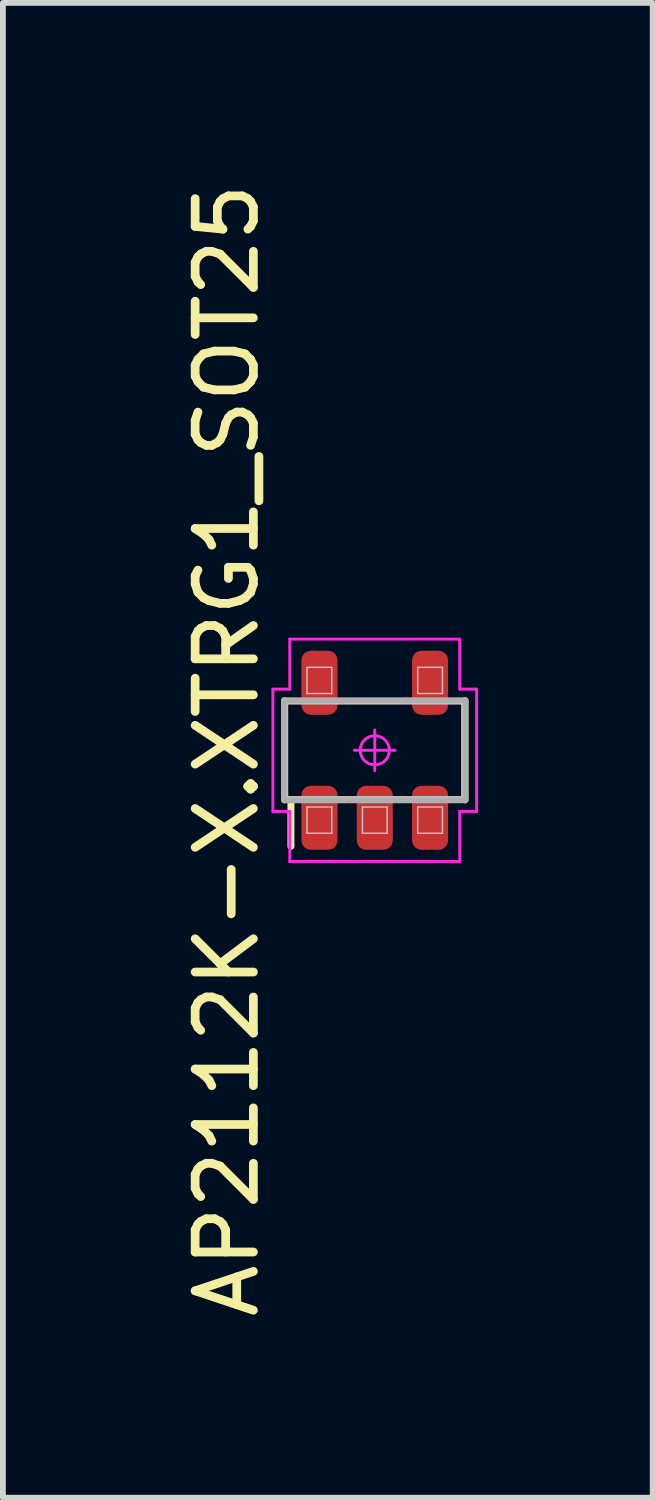
<source format=kicad_pcb>
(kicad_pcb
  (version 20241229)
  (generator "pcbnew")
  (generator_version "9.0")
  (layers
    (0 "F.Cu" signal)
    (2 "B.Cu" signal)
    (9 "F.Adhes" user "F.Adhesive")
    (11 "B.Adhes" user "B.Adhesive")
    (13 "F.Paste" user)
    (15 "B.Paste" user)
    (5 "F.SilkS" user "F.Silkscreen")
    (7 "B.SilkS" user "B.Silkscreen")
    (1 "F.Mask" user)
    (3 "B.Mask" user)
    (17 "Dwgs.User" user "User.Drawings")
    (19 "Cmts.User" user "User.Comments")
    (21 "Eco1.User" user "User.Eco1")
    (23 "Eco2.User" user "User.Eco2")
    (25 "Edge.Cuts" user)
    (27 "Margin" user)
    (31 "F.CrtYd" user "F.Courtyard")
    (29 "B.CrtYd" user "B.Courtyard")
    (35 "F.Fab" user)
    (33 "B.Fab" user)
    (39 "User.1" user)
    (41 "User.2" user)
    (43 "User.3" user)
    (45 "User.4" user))
  (footprint "AP2112K-X.XTRG1_SOT25"
    (layer "F.Cu")
    (at 3.388 9.839)
    (property "Reference" "AP2112K-X.XTRG1_SOT25" (at -2.54 0 90) (layer "F.SilkS") (effects (font (size 1 1) (thickness 0.15))))
    (attr smd)
    (fp_line (start -1.55 0.85) (end -1.55 -0.85) (stroke (width 0.12) (type solid)) (layer "F.SilkS"))
    (fp_line (start -1.44 0.85) (end -1.44 1.65) (stroke (width 0.12) (type solid)) (layer "F.SilkS"))
    (fp_line (start 1.55 0.85) (end 1.55 -0.85) (stroke (width 0.12) (type solid)) (layer "F.SilkS"))
    (fp_line (start -1.5 -0.8) (end 1.5 -0.8) (stroke (width 0.025) (type solid)) (layer "Dwgs.User"))
    (fp_line (start -1.5 0.8) (end -1.5 -0.8) (stroke (width 0.025) (type solid)) (layer "Dwgs.User"))
    (fp_line (start -1.163 -1.425) (end -0.738 -1.425) (stroke (width 0.025) (type solid)) (layer "Dwgs.User"))
    (fp_line (start -1.163 -0.975) (end -1.163 -1.425) (stroke (width 0.025) (type solid)) (layer "Dwgs.User"))
    (fp_line (start -1.163 0.975) (end -0.738 0.975) (stroke (width 0.025) (type solid)) (layer "Dwgs.User"))
    (fp_line (start -1.163 1.425) (end -1.163 0.975) (stroke (width 0.025) (type solid)) (layer "Dwgs.User"))
    (fp_line (start -0.738 -1.425) (end -0.738 -0.975) (stroke (width 0.025) (type solid)) (layer "Dwgs.User"))
    (fp_line (start -0.738 -0.975) (end -1.163 -0.975) (stroke (width 0.025) (type solid)) (layer "Dwgs.User"))
    (fp_line (start -0.738 0.975) (end -0.738 1.425) (stroke (width 0.025) (type solid)) (layer "Dwgs.User"))
    (fp_line (start -0.738 1.425) (end -1.163 1.425) (stroke (width 0.025) (type solid)) (layer "Dwgs.User"))
    (fp_line (start -0.212 0.975) (end 0.212 0.975) (stroke (width 0.025) (type solid)) (layer "Dwgs.User"))
    (fp_line (start -0.212 1.425) (end -0.212 0.975) (stroke (width 0.025) (type solid)) (layer "Dwgs.User"))
    (fp_line (start 0.212 0.975) (end 0.212 1.425) (stroke (width 0.025) (type solid)) (layer "Dwgs.User"))
    (fp_line (start 0.212 1.425) (end -0.212 1.425) (stroke (width 0.025) (type solid)) (layer "Dwgs.User"))
    (fp_line (start 0.738 -1.425) (end 1.163 -1.425) (stroke (width 0.025) (type solid)) (layer "Dwgs.User"))
    (fp_line (start 0.738 -0.975) (end 0.738 -1.425) (stroke (width 0.025) (type solid)) (layer "Dwgs.User"))
    (fp_line (start 0.738 0.975) (end 1.163 0.975) (stroke (width 0.025) (type solid)) (layer "Dwgs.User"))
    (fp_line (start 0.738 1.425) (end 0.738 0.975) (stroke (width 0.025) (type solid)) (layer "Dwgs.User"))
    (fp_line (start 1.163 -1.425) (end 1.163 -0.975) (stroke (width 0.025) (type solid)) (layer "Dwgs.User"))
    (fp_line (start 1.163 -0.975) (end 0.738 -0.975) (stroke (width 0.025) (type solid)) (layer "Dwgs.User"))
    (fp_line (start 1.163 0.975) (end 1.163 1.425) (stroke (width 0.025) (type solid)) (layer "Dwgs.User"))
    (fp_line (start 1.163 1.425) (end 0.738 1.425) (stroke (width 0.025) (type solid)) (layer "Dwgs.User"))
    (fp_line (start 1.5 -0.8) (end 1.5 0.8) (stroke (width 0.025) (type solid)) (layer "Dwgs.User"))
    (fp_line (start 1.5 0.8) (end -1.5 0.8) (stroke (width 0.025) (type solid)) (layer "Dwgs.User"))
    (fp_line (start -1.75 -1.05) (end -1.75 1.05) (stroke (width 0.05) (type solid)) (layer "F.CrtYd"))
    (fp_line (start -1.75 1.05) (end -1.46 1.05) (stroke (width 0.05) (type solid)) (layer "F.CrtYd"))
    (fp_line (start -1.46 -1.91) (end -1.46 -1.05) (stroke (width 0.05) (type solid)) (layer "F.CrtYd"))
    (fp_line (start -1.46 -1.05) (end -1.75 -1.05) (stroke (width 0.05) (type solid)) (layer "F.CrtYd"))
    (fp_line (start -1.46 1.05) (end -1.46 1.91) (stroke (width 0.05) (type solid)) (layer "F.CrtYd"))
    (fp_line (start -1.46 1.91) (end 1.46 1.91) (stroke (width 0.05) (type solid)) (layer "F.CrtYd"))
    (fp_line (start -0.35 0) (end 0.35 0) (stroke (width 0.05) (type solid)) (layer "F.CrtYd"))
    (fp_line (start 0 -0.35) (end 0 0.35) (stroke (width 0.05) (type solid)) (layer "F.CrtYd"))
    (fp_line (start 1.46 -1.91) (end -1.46 -1.91) (stroke (width 0.05) (type solid)) (layer "F.CrtYd"))
    (fp_line (start 1.46 -1.05) (end 1.46 -1.91) (stroke (width 0.05) (type solid)) (layer "F.CrtYd"))
    (fp_line (start 1.46 1.05) (end 1.75 1.05) (stroke (width 0.05) (type solid)) (layer "F.CrtYd"))
    (fp_line (start 1.46 1.91) (end 1.46 1.05) (stroke (width 0.05) (type solid)) (layer "F.CrtYd"))
    (fp_line (start 1.75 -1.05) (end 1.46 -1.05) (stroke (width 0.05) (type solid)) (layer "F.CrtYd"))
    (fp_line (start 1.75 1.05) (end 1.75 -1.05) (stroke (width 0.05) (type solid)) (layer "F.CrtYd"))
    (fp_circle (center 0 0) (end 0 0.25) (stroke (width 0.05) (type solid)) (fill no) (layer "F.CrtYd"))
    (fp_line (start -1.55 -0.85) (end 1.55 -0.85) (stroke (width 0.12) (type solid)) (layer "F.Fab"))
    (fp_line (start -1.55 0.85) (end -1.55 -0.85) (stroke (width 0.12) (type solid)) (layer "F.Fab"))
    (fp_line (start 1.55 -0.85) (end 1.55 0.85) (stroke (width 0.12) (type solid)) (layer "F.Fab"))
    (fp_line (start 1.55 0.85) (end -1.55 0.85) (stroke (width 0.12) (type solid)) (layer "F.Fab"))
    (pad "1" smd roundrect (at -0.95 1.16 90) (size 1.1 0.62) (layers "F.Cu" "F.Mask" "F.Paste") (roundrect_rratio 0.258))
    (pad "2" smd roundrect (at 0 1.16 90) (size 1.1 0.62) (layers "F.Cu" "F.Mask" "F.Paste") (roundrect_rratio 0.258))
    (pad "3" smd roundrect (at 0.95 1.16 90) (size 1.1 0.62) (layers "F.Cu" "F.Mask" "F.Paste") (roundrect_rratio 0.258))
    (pad "4" smd roundrect (at 0.95 -1.16 90) (size 1.1 0.62) (layers "F.Cu" "F.Mask" "F.Paste") (roundrect_rratio 0.258))
    (pad "5" smd roundrect (at -0.95 -1.16 90) (size 1.1 0.62) (layers "F.Cu" "F.Mask" "F.Paste") (roundrect_rratio 0.258)))
  (gr_rect
    (start -3 -3)
    (end 8.163 22.679)
    (stroke (width 0.1) (type default))
    (fill no)
    (layer "Edge.Cuts")))
</source>
